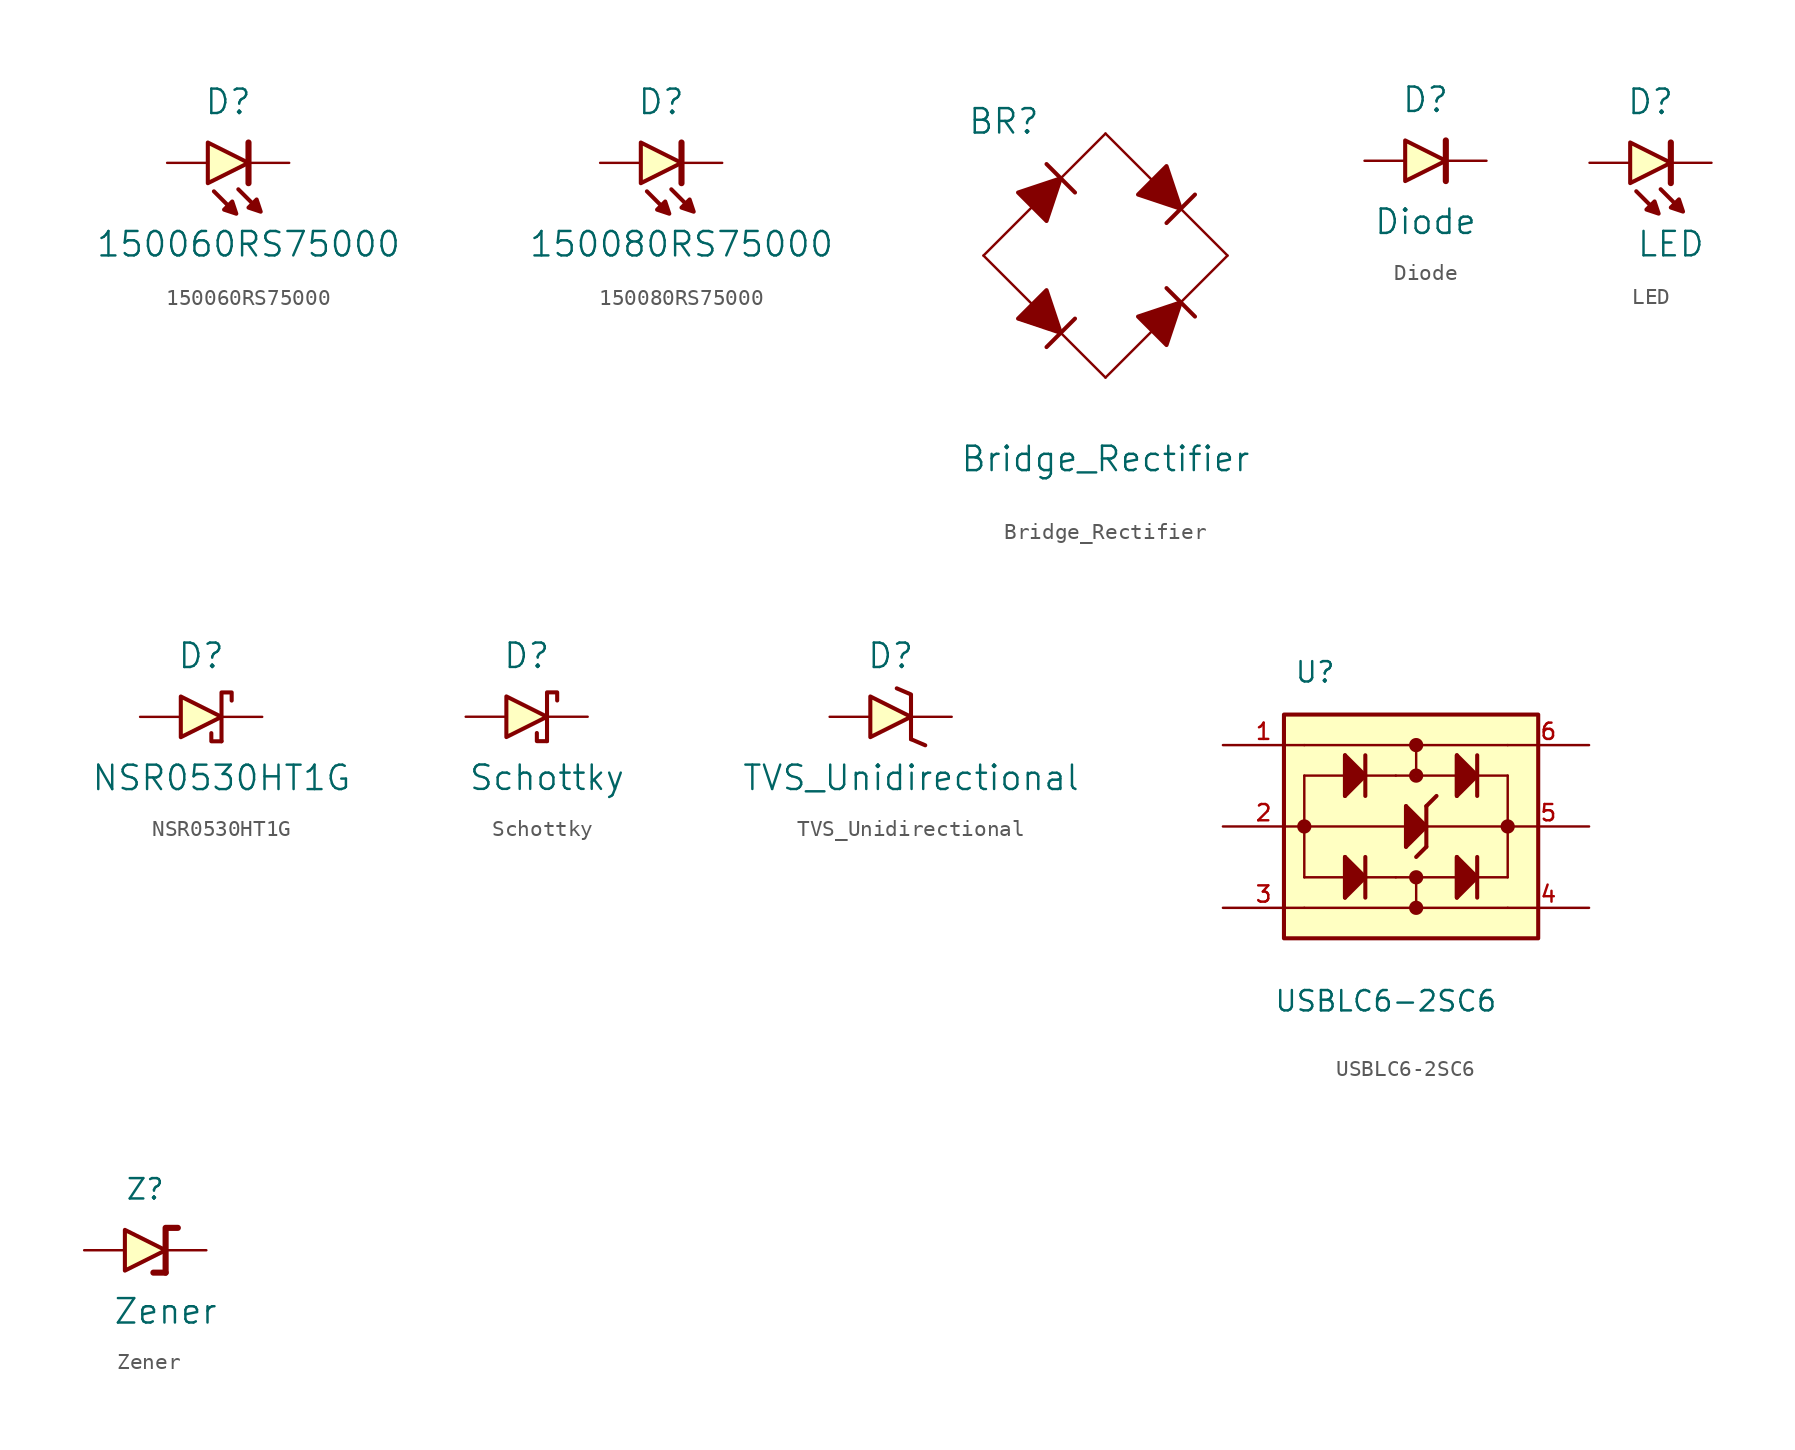
<source format=kicad_sym>
(kicad_symbol_lib
  (version 20220914)
  (generator kicad_symbol_editor)
  (symbol "150060RS75000"
    (pin_numbers hide)
    (pin_names
      (offset 0) hide)
    (property "Reference" "D"
      (at -1.27 3.81 0)
      (effects (font (size 1.524 1.524))))
    (property "Value" "150060RS75000"
      (at 0 -5.08 0)
      (effects (font (size 1.524 1.524))))
    (symbol "150060RS75000_0_1"
      (polyline (pts (xy 0 -1.27) (xy 0 1.27)) (stroke (width 0.381) (type default)) (fill (type none)))
      (polyline (pts (xy -2.54 1.27) (xy -2.54 -1.27) (xy 0 0) (xy -2.54 1.27)) (stroke (width 0.254) (type default)) (fill (type background)))
      (polyline (pts (xy -2.159 -1.778) (xy -0.762 -3.175) (xy -1.016 -2.413) (xy -1.524 -2.921) (xy -0.762 -3.175)) (stroke (width 0.254) (type default)) (fill (type outline)))
      (polyline (pts (xy -0.635 -1.651) (xy 0.762 -3.048) (xy 0 -2.794) (xy 0.508 -2.286) (xy 0.762 -3.048)) (stroke (width 0.254) (type default)) (fill (type outline))))
    (symbol "150060RS75000_1_1"
      (pin passive line (at 2.54 0 180) (length 2.54) (name "Cathode" (effects (font (size 1.27 1.27)))) (number "1" (effects (font (size 1.27 1.27)))))
      (pin passive line (at -5.08 0 0) (length 2.54) (name "Anode" (effects (font (size 1.27 1.27)))) (number "2" (effects (font (size 1.27 1.27)))))))
  (symbol "150080RS75000"
    (pin_numbers hide)
    (pin_names
      (offset 0) hide)
    (property "Reference" "D"
      (at -1.27 3.81 0)
      (effects (font (size 1.524 1.524))))
    (property "Value" "150080RS75000"
      (at 0 -5.08 0)
      (effects (font (size 1.524 1.524))))
    (symbol "150080RS75000_0_1"
      (polyline (pts (xy 0 -1.27) (xy 0 1.27)) (stroke (width 0.381) (type default)) (fill (type none)))
      (polyline (pts (xy -2.54 1.27) (xy -2.54 -1.27) (xy 0 0) (xy -2.54 1.27)) (stroke (width 0.254) (type default)) (fill (type background)))
      (polyline (pts (xy -2.159 -1.778) (xy -0.762 -3.175) (xy -1.016 -2.413) (xy -1.524 -2.921) (xy -0.762 -3.175)) (stroke (width 0.254) (type default)) (fill (type outline)))
      (polyline (pts (xy -0.635 -1.651) (xy 0.762 -3.048) (xy 0 -2.794) (xy 0.508 -2.286) (xy 0.762 -3.048)) (stroke (width 0.254) (type default)) (fill (type outline))))
    (symbol "150080RS75000_1_1"
      (pin passive line (at 2.54 0 180) (length 2.54) (name "Cathode" (effects (font (size 1.27 1.27)))) (number "1" (effects (font (size 1.27 1.27)))))
      (pin passive line (at -5.08 0 0) (length 2.54) (name "Anode" (effects (font (size 1.27 1.27)))) (number "2" (effects (font (size 1.27 1.27)))))))
  (symbol "Bridge_Rectifier"
    (pin_numbers hide)
    (pin_names
      (offset 0) hide)
    (property "Reference" "BR"
      (at -6.35 8.382 0)
      (effects (font (size 1.524 1.524))))
    (property "Value" "Bridge_Rectifier"
      (at 0 -12.7 0)
      (effects (font (size 1.524 1.524))))
    (symbol "Bridge_Rectifier_0_1"
      (polyline (pts (xy -3.683 -5.715) (xy -1.905 -3.937)) (stroke (width 0.254) (type default)) (fill (type none)))
      (polyline (pts (xy -1.905 3.937) (xy -3.683 5.715)) (stroke (width 0.254) (type default)) (fill (type none)))
      (polyline (pts (xy 3.81 2.032) (xy 5.588 3.81)) (stroke (width 0.254) (type default)) (fill (type none)))
      (polyline (pts (xy 5.588 -3.81) (xy 3.81 -2.032)) (stroke (width 0.254) (type default)) (fill (type none)))
      (polyline (pts (xy -3.683 2.159) (xy -5.461 3.937) (xy -2.794 4.826) (xy -3.683 2.159)) (stroke (width 0.254) (type default)) (fill (type outline)))
      (polyline (pts (xy -2.794 -4.826) (xy -5.461 -3.937) (xy -3.683 -2.159) (xy -2.794 -4.826)) (stroke (width 0.254) (type default)) (fill (type outline)))
      (polyline (pts (xy 3.81 -5.588) (xy 2.032 -3.81) (xy 4.699 -2.921) (xy 3.81 -5.588)) (stroke (width 0.254) (type default)) (fill (type outline)))
      (polyline (pts (xy 4.699 2.921) (xy 2.032 3.81) (xy 3.81 5.588) (xy 4.699 2.921)) (stroke (width 0.254) (type default)) (fill (type outline)))
      (polyline (pts (xy 0 -7.62) (xy 7.62 0) (xy 0 7.62) (xy -7.62 0) (xy 0 -7.62)) (stroke (width 0) (type default)) (fill (type none))))
    (symbol "Bridge_Rectifier_1_1"
      (pin input line (at 7.62 0 270) (length 0) (name "+" (effects (font (size 1.27 1.27)))) (number "~" (effects (font (size 1.27 1.27)))))
      (pin input line (at -7.62 0 270) (length 0) (name "-" (effects (font (size 1.27 1.27)))) (number "~" (effects (font (size 1.27 1.27)))))
      (pin input line (at 0 -7.62 90) (length 0) (name "AC" (effects (font (size 1.27 1.27)))) (number "~" (effects (font (size 1.27 1.27)))))
      (pin input line (at 0 7.62 270) (length 0) (name "AC" (effects (font (size 1.27 1.27)))) (number "~" (effects (font (size 1.27 1.27)))))))
  (symbol "Diode"
    (pin_numbers hide)
    (pin_names
      (offset 0) hide)
    (property "Reference" "D"
      (at -1.27 3.81 0)
      (effects (font (size 1.524 1.524))))
    (property "Value" "Diode"
      (at -1.27 -3.81 0)
      (effects (font (size 1.524 1.524))))
    (symbol "Diode_0_1"
      (polyline (pts (xy 0 -1.27) (xy 0 1.27)) (stroke (width 0.381) (type default)) (fill (type none)))
      (polyline (pts (xy -2.54 1.27) (xy -2.54 -1.27) (xy 0 0) (xy -2.54 1.27)) (stroke (width 0.254) (type default)) (fill (type background))))
    (symbol "Diode_1_1"
      (pin input line (at 2.54 0 180) (length 2.54) (name "Cathode" (effects (font (size 1.27 1.27)))) (number "1" (effects (font (size 1.27 1.27)))))
      (pin input line (at -5.08 0 0) (length 2.54) (name "Anode" (effects (font (size 1.27 1.27)))) (number "2" (effects (font (size 1.27 1.27)))))))
  (symbol "LED"
    (pin_numbers hide)
    (pin_names
      (offset 0) hide)
    (property "Reference" "D"
      (at -1.27 3.81 0)
      (effects (font (size 1.524 1.524))))
    (property "Value" "LED"
      (at 0 -5.08 0)
      (effects (font (size 1.524 1.524))))
    (symbol "LED_0_1"
      (polyline (pts (xy 0 -1.27) (xy 0 1.27)) (stroke (width 0.381) (type default)) (fill (type none)))
      (polyline (pts (xy -2.54 1.27) (xy -2.54 -1.27) (xy 0 0) (xy -2.54 1.27)) (stroke (width 0.254) (type default)) (fill (type background)))
      (polyline (pts (xy -2.159 -1.778) (xy -0.762 -3.175) (xy -1.016 -2.413) (xy -1.524 -2.921) (xy -0.762 -3.175)) (stroke (width 0.254) (type default)) (fill (type outline)))
      (polyline (pts (xy -0.635 -1.651) (xy 0.762 -3.048) (xy 0 -2.794) (xy 0.508 -2.286) (xy 0.762 -3.048)) (stroke (width 0.254) (type default)) (fill (type outline))))
    (symbol "LED_1_1"
      (pin input line (at 2.54 0 180) (length 2.54) (name "Cathode" (effects (font (size 1.27 1.27)))) (number "1" (effects (font (size 1.27 1.27)))))
      (pin input line (at -5.08 0 0) (length 2.54) (name "Anode" (effects (font (size 1.27 1.27)))) (number "2" (effects (font (size 1.27 1.27)))))))
  (symbol "NSR0530HT1G"
    (pin_numbers hide)
    (pin_names
      (offset 0) hide)
    (property "Reference" "D"
      (at -1.27 3.81 0)
      (effects (font (size 1.524 1.524))))
    (property "Value" "NSR0530HT1G"
      (at 0 -3.81 0)
      (effects (font (size 1.524 1.524))))
    (symbol "NSR0530HT1G_0_1"
      (polyline (pts (xy 0 -1.524) (xy -0.635 -1.524) (xy -0.635 -1.016)) (stroke (width 0.254) (type default)) (fill (type none)))
      (polyline (pts (xy -2.54 1.27) (xy -2.54 -1.27) (xy 0 0) (xy -2.54 1.27)) (stroke (width 0.254) (type default)) (fill (type background)))
      (polyline (pts (xy 0 -1.524) (xy 0 1.524) (xy 0.635 1.524) (xy 0.635 1.016)) (stroke (width 0.254) (type default)) (fill (type none))))
    (symbol "NSR0530HT1G_1_1"
      (pin passive line (at 2.54 0 180) (length 2.54) (name "Cathode" (effects (font (size 1.27 1.27)))) (number "1" (effects (font (size 1.27 1.27)))))
      (pin passive line (at -5.08 0 0) (length 2.54) (name "Anode" (effects (font (size 1.27 1.27)))) (number "2" (effects (font (size 1.27 1.27)))))))
  (symbol "Schottky"
    (pin_numbers hide)
    (pin_names
      (offset 0) hide)
    (property "Reference" "D"
      (at -1.27 3.81 0)
      (effects (font (size 1.524 1.524))))
    (property "Value" "Schottky"
      (at 0 -3.81 0)
      (effects (font (size 1.524 1.524))))
    (symbol "Schottky_0_1"
      (polyline (pts (xy 0 -1.524) (xy -0.635 -1.524) (xy -0.635 -1.016)) (stroke (width 0.254) (type default)) (fill (type none)))
      (polyline (pts (xy -2.54 1.27) (xy -2.54 -1.27) (xy 0 0) (xy -2.54 1.27)) (stroke (width 0.254) (type default)) (fill (type background)))
      (polyline (pts (xy 0 -1.524) (xy 0 1.524) (xy 0.635 1.524) (xy 0.635 1.016)) (stroke (width 0.254) (type default)) (fill (type none))))
    (symbol "Schottky_1_1"
      (pin input line (at 2.54 0 180) (length 2.54) (name "Cathode" (effects (font (size 1.27 1.27)))) (number "1" (effects (font (size 1.27 1.27)))))
      (pin input line (at -5.08 0 0) (length 2.54) (name "Anode" (effects (font (size 1.27 1.27)))) (number "2" (effects (font (size 1.27 1.27)))))))
  (symbol "TVS_Unidirectional"
    (pin_numbers hide)
    (pin_names
      (offset 0) hide)
    (property "Reference" "D"
      (at -1.27 3.81 0)
      (effects (font (size 1.524 1.524))))
    (property "Value" "TVS_Unidirectional"
      (at 0 -3.81 0)
      (effects (font (size 1.524 1.524))))
    (symbol "TVS_Unidirectional_0_1"
      (polyline (pts (xy 0 -1.397) (xy 0.889 -1.778)) (stroke (width 0.254) (type default)) (fill (type none)))
      (polyline (pts (xy 0 -1.397) (xy 0 1.397) (xy -0.889 1.778)) (stroke (width 0.254) (type default)) (fill (type none)))
      (polyline (pts (xy -2.54 1.27) (xy -2.54 -1.27) (xy 0 0) (xy -2.54 1.27)) (stroke (width 0.254) (type default)) (fill (type background))))
    (symbol "TVS_Unidirectional_1_1"
      (pin input line (at 2.54 0 180) (length 2.54) (name "Cathode" (effects (font (size 1.27 1.27)))) (number "1" (effects (font (size 1.27 1.27)))))
      (pin input line (at -5.08 0 0) (length 2.54) (name "Anode" (effects (font (size 1.27 1.27)))) (number "2" (effects (font (size 1.27 1.27)))))))
  (symbol "USBLC6-2SC6"
    (pin_names
      (offset 1.016))
    (property "Reference" "U"
      (at -5.715 8.89 0)
      (effects (font (size 1.27 1.27)) (justify left bottom)))
    (property "Value" "USBLC6-2SC6"
      (at -6.985 -10.16 0)
      (effects (font (size 1.27 1.27)) (justify left top)))
    (symbol "USBLC6-2SC6_0_0"
      (rectangle (start -6.35 6.985) (end 9.525 -6.985) (stroke (width 0.254) (type default)) (fill (type background)))
      (circle (center -5.08 0) (radius 0.254) (stroke (width 0.381) (type default)) (fill (type none)))
      (polyline (pts (xy -5.08 -3.175) (xy -2.54 -3.175)) (stroke (width 0.152) (type default)) (fill (type none)))
      (polyline (pts (xy -5.08 0) (xy -5.08 -3.175)) (stroke (width 0.152) (type default)) (fill (type none)))
      (polyline (pts (xy -5.08 0) (xy 1.27 0)) (stroke (width 0.152) (type default)) (fill (type none)))
      (polyline (pts (xy -5.08 3.175) (xy -5.08 0)) (stroke (width 0.152) (type default)) (fill (type none)))
      (polyline (pts (xy -5.08 3.175) (xy -2.54 3.175)) (stroke (width 0.152) (type default)) (fill (type none)))
      (polyline (pts (xy -5.08 5.08) (xy 1.905 5.08)) (stroke (width 0.152) (type default)) (fill (type none)))
      (polyline (pts (xy -2.54 -4.445) (xy -2.54 -3.175)) (stroke (width 0.254) (type default)) (fill (type none)))
      (polyline (pts (xy -2.54 -3.175) (xy -2.54 -1.905)) (stroke (width 0.254) (type default)) (fill (type none)))
      (polyline (pts (xy -2.54 1.905) (xy -2.54 3.175)) (stroke (width 0.254) (type default)) (fill (type none)))
      (polyline (pts (xy -2.54 3.175) (xy -2.54 4.445)) (stroke (width 0.254) (type default)) (fill (type none)))
      (polyline (pts (xy -1.27 -3.175) (xy -1.27 -4.445)) (stroke (width 0.254) (type default)) (fill (type none)))
      (polyline (pts (xy -1.27 -3.175) (xy 0.635 -3.175)) (stroke (width 0.152) (type default)) (fill (type none)))
      (polyline (pts (xy -1.27 -1.905) (xy -1.27 -3.175)) (stroke (width 0.254) (type default)) (fill (type none)))
      (polyline (pts (xy -1.27 3.175) (xy -1.27 1.905)) (stroke (width 0.254) (type default)) (fill (type none)))
      (polyline (pts (xy -1.27 3.175) (xy 0.635 3.175)) (stroke (width 0.152) (type default)) (fill (type none)))
      (polyline (pts (xy -1.27 4.445) (xy -1.27 3.175)) (stroke (width 0.254) (type default)) (fill (type none)))
      (polyline (pts (xy 0.635 -3.175) (xy 1.905 -3.175)) (stroke (width 0.152) (type default)) (fill (type none)))
      (polyline (pts (xy 0.635 3.175) (xy 1.905 3.175)) (stroke (width 0.152) (type default)) (fill (type none)))
      (polyline (pts (xy 1.27 -1.27) (xy 1.27 0)) (stroke (width 0.254) (type default)) (fill (type none)))
      (polyline (pts (xy 1.27 0) (xy 1.27 1.27)) (stroke (width 0.254) (type default)) (fill (type none)))
      (polyline (pts (xy 1.905 -5.08) (xy -5.08 -5.08)) (stroke (width 0.152) (type default)) (fill (type none)))
      (polyline (pts (xy 1.905 -3.175) (xy 1.905 -5.08)) (stroke (width 0.152) (type default)) (fill (type none)))
      (polyline (pts (xy 1.905 -3.175) (xy 4.445 -3.175)) (stroke (width 0.152) (type default)) (fill (type none)))
      (polyline (pts (xy 1.905 -1.905) (xy 2.54 -1.27)) (stroke (width 0.254) (type default)) (fill (type none)))
      (polyline (pts (xy 1.905 3.175) (xy 4.445 3.175)) (stroke (width 0.152) (type default)) (fill (type none)))
      (polyline (pts (xy 1.905 5.08) (xy 1.905 3.175)) (stroke (width 0.152) (type default)) (fill (type none)))
      (polyline (pts (xy 1.905 5.08) (xy 7.62 5.08)) (stroke (width 0.152) (type default)) (fill (type none)))
      (polyline (pts (xy 2.54 0) (xy 2.54 -1.27)) (stroke (width 0.254) (type default)) (fill (type none)))
      (polyline (pts (xy 2.54 0) (xy 7.62 0)) (stroke (width 0.152) (type default)) (fill (type none)))
      (polyline (pts (xy 2.54 1.27) (xy 2.54 0)) (stroke (width 0.254) (type default)) (fill (type none)))
      (polyline (pts (xy 2.54 1.27) (xy 3.175 1.905)) (stroke (width 0.254) (type default)) (fill (type none)))
      (polyline (pts (xy 4.445 -4.445) (xy 4.445 -3.175)) (stroke (width 0.254) (type default)) (fill (type none)))
      (polyline (pts (xy 4.445 -3.175) (xy 4.445 -1.905)) (stroke (width 0.254) (type default)) (fill (type none)))
      (polyline (pts (xy 4.445 1.905) (xy 4.445 3.175)) (stroke (width 0.254) (type default)) (fill (type none)))
      (polyline (pts (xy 4.445 3.175) (xy 4.445 4.445)) (stroke (width 0.254) (type default)) (fill (type none)))
      (polyline (pts (xy 5.715 -3.175) (xy 5.715 -4.445)) (stroke (width 0.254) (type default)) (fill (type none)))
      (polyline (pts (xy 5.715 -3.175) (xy 7.62 -3.175)) (stroke (width 0.152) (type default)) (fill (type none)))
      (polyline (pts (xy 5.715 -1.905) (xy 5.715 -3.175)) (stroke (width 0.254) (type default)) (fill (type none)))
      (polyline (pts (xy 5.715 3.175) (xy 5.715 1.905)) (stroke (width 0.254) (type default)) (fill (type none)))
      (polyline (pts (xy 5.715 3.175) (xy 7.62 3.175)) (stroke (width 0.152) (type default)) (fill (type none)))
      (polyline (pts (xy 5.715 4.445) (xy 5.715 3.175)) (stroke (width 0.254) (type default)) (fill (type none)))
      (polyline (pts (xy 7.62 -5.08) (xy 1.905 -5.08)) (stroke (width 0.152) (type default)) (fill (type none)))
      (polyline (pts (xy 7.62 0) (xy 7.62 -3.175)) (stroke (width 0.152) (type default)) (fill (type none)))
      (polyline (pts (xy 7.62 3.175) (xy 7.62 0)) (stroke (width 0.152) (type default)) (fill (type none)))
      (polyline (pts (xy -2.54 -1.905) (xy -2.54 -4.445) (xy -1.27 -3.175) (xy -2.54 -1.905)) (stroke (width 0.254) (type default)) (fill (type outline)))
      (polyline (pts (xy -2.54 4.445) (xy -2.54 1.905) (xy -1.27 3.175) (xy -2.54 4.445)) (stroke (width 0.254) (type default)) (fill (type outline)))
      (polyline (pts (xy 1.27 1.27) (xy 1.27 -1.27) (xy 2.54 0) (xy 1.27 1.27)) (stroke (width 0.254) (type default)) (fill (type outline)))
      (polyline (pts (xy 4.445 -1.905) (xy 4.445 -4.445) (xy 5.715 -3.175) (xy 4.445 -1.905)) (stroke (width 0.254) (type default)) (fill (type outline)))
      (polyline (pts (xy 4.445 4.445) (xy 4.445 1.905) (xy 5.715 3.175) (xy 4.445 4.445)) (stroke (width 0.254) (type default)) (fill (type outline)))
      (circle (center 1.905 -5.08) (radius 0.254) (stroke (width 0.381) (type default)) (fill (type none)))
      (circle (center 1.905 -3.175) (radius 0.254) (stroke (width 0.381) (type default)) (fill (type none)))
      (circle (center 1.905 3.175) (radius 0.254) (stroke (width 0.381) (type default)) (fill (type none)))
      (circle (center 1.905 5.08) (radius 0.254) (stroke (width 0.381) (type default)) (fill (type none)))
      (circle (center 7.62 0) (radius 0.254) (stroke (width 0.381) (type default)) (fill (type none)))
      (pin bidirectional line (at -10.16 5.08 0) (length 5.08) (name "~" (effects (font (size 1.016 1.016)))) (number "1" (effects (font (size 1.016 1.016)))))
      (pin power_in line (at -10.16 0 0) (length 5.08) (name "~" (effects (font (size 1.016 1.016)))) (number "2" (effects (font (size 1.016 1.016)))))
      (pin bidirectional line (at -10.16 -5.08 0) (length 5.08) (name "~" (effects (font (size 1.016 1.016)))) (number "3" (effects (font (size 1.016 1.016)))))
      (pin bidirectional line (at 12.7 -5.08 180) (length 5.08) (name "~" (effects (font (size 1.016 1.016)))) (number "4" (effects (font (size 1.016 1.016)))))
      (pin power_in line (at 12.7 0 180) (length 5.08) (name "~" (effects (font (size 1.016 1.016)))) (number "5" (effects (font (size 1.016 1.016)))))
      (pin bidirectional line (at 12.7 5.08 180) (length 5.08) (name "~" (effects (font (size 1.016 1.016)))) (number "6" (effects (font (size 1.016 1.016)))))))
  (symbol "Zener"
    (pin_numbers hide)
    (pin_names
      (offset 0) hide)
    (property "Reference" "Z"
      (at -1.27 3.81 0)
      (effects (font (size 1.27 1.27))))
    (property "Value" "Zener"
      (at 0 -3.81 0)
      (effects (font (size 1.524 1.524))))
    (symbol "Zener_0_1"
      (polyline (pts (xy 0 -1.397) (xy -0.762 -1.397)) (stroke (width 0.381) (type default)) (fill (type none)))
      (polyline (pts (xy 0 -1.397) (xy 0 1.397) (xy 0.762 1.397)) (stroke (width 0.381) (type default)) (fill (type none)))
      (polyline (pts (xy -2.54 1.27) (xy -2.54 -1.27) (xy 0 0) (xy -2.54 1.27)) (stroke (width 0.254) (type default)) (fill (type background))))
    (symbol "Zener_1_1"
      (pin input line (at 2.54 0 180) (length 2.54) (name "Cathode" (effects (font (size 1.27 1.27)))) (number "1" (effects (font (size 1.27 1.27)))))
      (pin input line (at -5.08 0 0) (length 2.54) (name "Anode" (effects (font (size 1.27 1.27)))) (number "2" (effects (font (size 1.27 1.27))))))))
</source>
